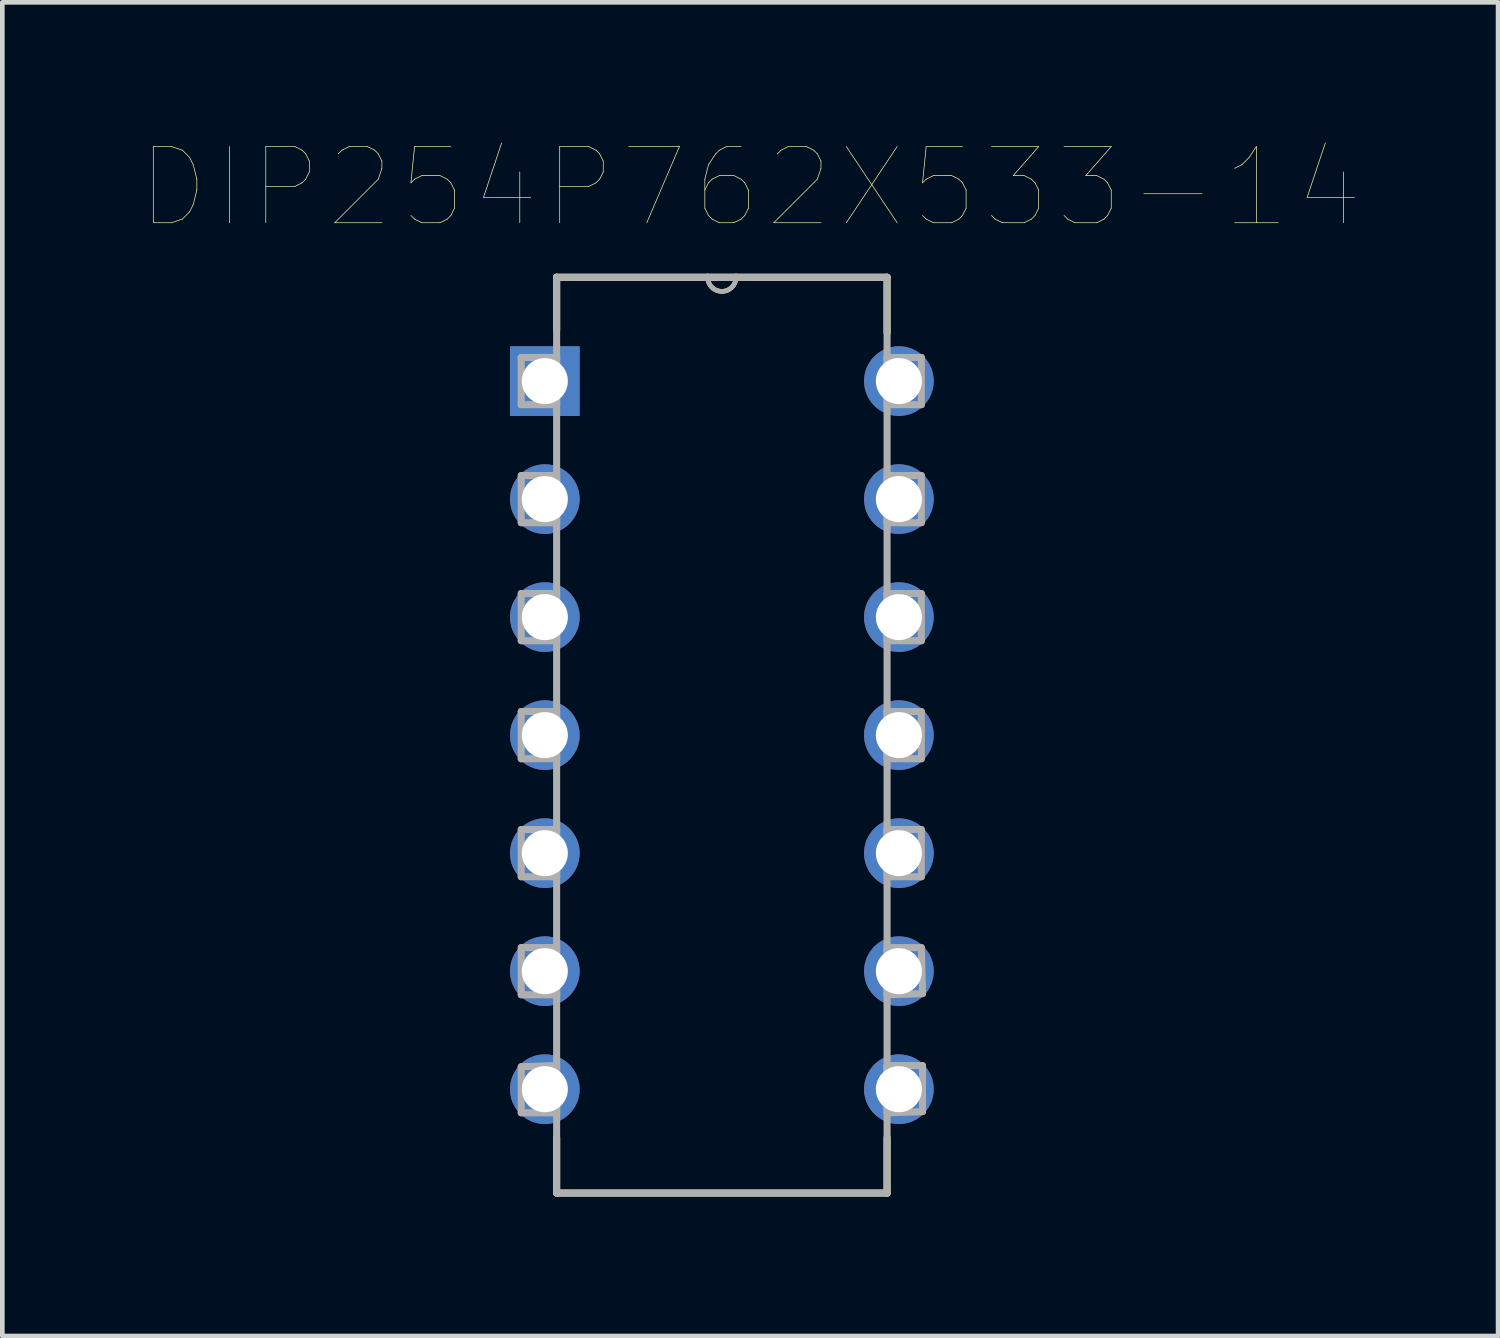
<source format=kicad_pcb>
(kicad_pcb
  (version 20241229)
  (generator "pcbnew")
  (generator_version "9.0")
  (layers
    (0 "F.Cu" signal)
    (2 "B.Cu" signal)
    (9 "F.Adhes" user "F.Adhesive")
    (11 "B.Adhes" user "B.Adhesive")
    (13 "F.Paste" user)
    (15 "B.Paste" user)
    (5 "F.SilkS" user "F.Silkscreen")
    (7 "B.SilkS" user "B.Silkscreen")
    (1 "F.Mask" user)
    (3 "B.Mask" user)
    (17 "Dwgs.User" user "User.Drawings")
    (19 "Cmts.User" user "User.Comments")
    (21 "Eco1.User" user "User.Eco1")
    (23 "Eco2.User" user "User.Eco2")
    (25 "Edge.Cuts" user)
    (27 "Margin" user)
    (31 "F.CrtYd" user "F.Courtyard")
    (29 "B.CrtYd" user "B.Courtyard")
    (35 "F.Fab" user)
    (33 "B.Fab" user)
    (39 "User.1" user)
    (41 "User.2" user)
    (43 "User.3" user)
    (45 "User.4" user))
  (footprint "DIP254P762X533-14"
    (layer "F.Cu")
    (at 16.296 20.392)
    (property "Reference" "DIP254P762X533-14" (at -3.2 -19.406 0) (layer "F.SilkS") (effects (font (size 1.64 1.64) (thickness 0.015))))
    (attr through_hole)
    (fp_line (start -7.366 -17.475) (end -7.366 -16.332) (stroke (width 0.152) (type solid)) (layer "F.SilkS"))
    (fp_line (start -7.366 1.041) (end -7.366 2.235) (stroke (width 0.152) (type solid)) (layer "F.SilkS"))
    (fp_line (start -7.366 2.235) (end -0.254 2.235) (stroke (width 0.152) (type solid)) (layer "F.SilkS"))
    (fp_line (start -4.115 -17.475) (end -7.366 -17.475) (stroke (width 0.152) (type solid)) (layer "F.SilkS"))
    (fp_line (start -3.505 -17.475) (end -4.115 -17.475) (stroke (width 0.152) (type solid)) (layer "F.SilkS"))
    (fp_line (start -0.254 -17.475) (end -3.505 -17.475) (stroke (width 0.152) (type solid)) (layer "F.SilkS"))
    (fp_line (start -0.254 -16.281) (end -0.254 -17.475) (stroke (width 0.152) (type solid)) (layer "F.SilkS"))
    (fp_line (start -0.254 2.235) (end -0.254 1.041) (stroke (width 0.152) (type solid)) (layer "F.SilkS"))
    (fp_arc (start -3.5052 -17.4752) (mid -3.81 -17.1704) (end -4.1148 -17.4752) (stroke (width 0.1) (type solid)) (layer "F.SilkS"))
    (fp_line (start -8.128 -15.748) (end -8.128 -14.732) (stroke (width 0.152) (type solid)) (layer "F.Fab"))
    (fp_line (start -8.128 -14.732) (end -7.366 -14.732) (stroke (width 0.152) (type solid)) (layer "F.Fab"))
    (fp_line (start -8.128 -13.208) (end -8.128 -12.192) (stroke (width 0.152) (type solid)) (layer "F.Fab"))
    (fp_line (start -8.128 -12.192) (end -7.366 -12.192) (stroke (width 0.152) (type solid)) (layer "F.Fab"))
    (fp_line (start -8.128 -10.668) (end -8.128 -9.652) (stroke (width 0.152) (type solid)) (layer "F.Fab"))
    (fp_line (start -8.128 -9.652) (end -7.366 -9.652) (stroke (width 0.152) (type solid)) (layer "F.Fab"))
    (fp_line (start -8.128 -8.128) (end -8.128 -7.112) (stroke (width 0.152) (type solid)) (layer "F.Fab"))
    (fp_line (start -8.128 -7.112) (end -7.366 -7.112) (stroke (width 0.152) (type solid)) (layer "F.Fab"))
    (fp_line (start -8.128 -5.588) (end -8.128 -4.572) (stroke (width 0.152) (type solid)) (layer "F.Fab"))
    (fp_line (start -8.128 -4.572) (end -7.366 -4.572) (stroke (width 0.152) (type solid)) (layer "F.Fab"))
    (fp_line (start -8.128 -3.048) (end -8.128 -2.032) (stroke (width 0.152) (type solid)) (layer "F.Fab"))
    (fp_line (start -8.128 -2.032) (end -7.366 -2.032) (stroke (width 0.152) (type solid)) (layer "F.Fab"))
    (fp_line (start -8.128 -0.483) (end -8.128 0.508) (stroke (width 0.152) (type solid)) (layer "F.Fab"))
    (fp_line (start -8.128 0.508) (end -7.366 0.508) (stroke (width 0.152) (type solid)) (layer "F.Fab"))
    (fp_line (start -7.366 -17.475) (end -7.366 2.235) (stroke (width 0.152) (type solid)) (layer "F.Fab"))
    (fp_line (start -7.366 -15.748) (end -8.128 -15.748) (stroke (width 0.152) (type solid)) (layer "F.Fab"))
    (fp_line (start -7.366 -14.732) (end -7.366 -15.748) (stroke (width 0.152) (type solid)) (layer "F.Fab"))
    (fp_line (start -7.366 -13.208) (end -8.128 -13.208) (stroke (width 0.152) (type solid)) (layer "F.Fab"))
    (fp_line (start -7.366 -12.192) (end -7.366 -13.208) (stroke (width 0.152) (type solid)) (layer "F.Fab"))
    (fp_line (start -7.366 -10.668) (end -8.128 -10.668) (stroke (width 0.152) (type solid)) (layer "F.Fab"))
    (fp_line (start -7.366 -9.652) (end -7.366 -10.668) (stroke (width 0.152) (type solid)) (layer "F.Fab"))
    (fp_line (start -7.366 -8.128) (end -8.128 -8.128) (stroke (width 0.152) (type solid)) (layer "F.Fab"))
    (fp_line (start -7.366 -7.112) (end -7.366 -8.128) (stroke (width 0.152) (type solid)) (layer "F.Fab"))
    (fp_line (start -7.366 -5.588) (end -8.128 -5.588) (stroke (width 0.152) (type solid)) (layer "F.Fab"))
    (fp_line (start -7.366 -4.572) (end -7.366 -5.588) (stroke (width 0.152) (type solid)) (layer "F.Fab"))
    (fp_line (start -7.366 -3.048) (end -8.128 -3.048) (stroke (width 0.152) (type solid)) (layer "F.Fab"))
    (fp_line (start -7.366 -2.032) (end -7.366 -3.048) (stroke (width 0.152) (type solid)) (layer "F.Fab"))
    (fp_line (start -7.366 -0.508) (end -8.128 -0.483) (stroke (width 0.152) (type solid)) (layer "F.Fab"))
    (fp_line (start -7.366 0.508) (end -7.366 -0.508) (stroke (width 0.152) (type solid)) (layer "F.Fab"))
    (fp_line (start -7.366 2.235) (end -0.254 2.235) (stroke (width 0.152) (type solid)) (layer "F.Fab"))
    (fp_line (start -4.115 -17.475) (end -7.366 -17.475) (stroke (width 0.152) (type solid)) (layer "F.Fab"))
    (fp_line (start -3.505 -17.475) (end -4.115 -17.475) (stroke (width 0.152) (type solid)) (layer "F.Fab"))
    (fp_line (start -0.254 -17.475) (end -3.505 -17.475) (stroke (width 0.152) (type solid)) (layer "F.Fab"))
    (fp_line (start -0.254 -15.748) (end -0.254 -14.732) (stroke (width 0.152) (type solid)) (layer "F.Fab"))
    (fp_line (start -0.254 -14.732) (end 0.483 -14.732) (stroke (width 0.152) (type solid)) (layer "F.Fab"))
    (fp_line (start -0.254 -13.208) (end -0.254 -12.192) (stroke (width 0.152) (type solid)) (layer "F.Fab"))
    (fp_line (start -0.254 -12.192) (end 0.483 -12.192) (stroke (width 0.152) (type solid)) (layer "F.Fab"))
    (fp_line (start -0.254 -10.668) (end -0.254 -9.652) (stroke (width 0.152) (type solid)) (layer "F.Fab"))
    (fp_line (start -0.254 -9.652) (end 0.483 -9.652) (stroke (width 0.152) (type solid)) (layer "F.Fab"))
    (fp_line (start -0.254 -8.128) (end -0.254 -7.112) (stroke (width 0.152) (type solid)) (layer "F.Fab"))
    (fp_line (start -0.254 -7.112) (end 0.483 -7.112) (stroke (width 0.152) (type solid)) (layer "F.Fab"))
    (fp_line (start -0.254 -5.588) (end -0.254 -4.572) (stroke (width 0.152) (type solid)) (layer "F.Fab"))
    (fp_line (start -0.254 -4.572) (end 0.483 -4.572) (stroke (width 0.152) (type solid)) (layer "F.Fab"))
    (fp_line (start -0.254 -3.048) (end -0.254 -2.032) (stroke (width 0.152) (type solid)) (layer "F.Fab"))
    (fp_line (start -0.254 -2.032) (end 0.508 -2.057) (stroke (width 0.152) (type solid)) (layer "F.Fab"))
    (fp_line (start -0.254 -0.508) (end -0.254 0.508) (stroke (width 0.152) (type solid)) (layer "F.Fab"))
    (fp_line (start -0.254 0.508) (end 0.508 0.483) (stroke (width 0.152) (type solid)) (layer "F.Fab"))
    (fp_line (start -0.254 2.235) (end -0.254 -17.475) (stroke (width 0.152) (type solid)) (layer "F.Fab"))
    (fp_line (start 0.483 -15.748) (end -0.254 -15.748) (stroke (width 0.152) (type solid)) (layer "F.Fab"))
    (fp_line (start 0.483 -14.732) (end 0.483 -15.748) (stroke (width 0.152) (type solid)) (layer "F.Fab"))
    (fp_line (start 0.483 -13.208) (end -0.254 -13.208) (stroke (width 0.152) (type solid)) (layer "F.Fab"))
    (fp_line (start 0.483 -12.192) (end 0.483 -13.208) (stroke (width 0.152) (type solid)) (layer "F.Fab"))
    (fp_line (start 0.483 -10.668) (end -0.254 -10.668) (stroke (width 0.152) (type solid)) (layer "F.Fab"))
    (fp_line (start 0.483 -9.652) (end 0.483 -10.668) (stroke (width 0.152) (type solid)) (layer "F.Fab"))
    (fp_line (start 0.483 -8.128) (end -0.254 -8.128) (stroke (width 0.152) (type solid)) (layer "F.Fab"))
    (fp_line (start 0.483 -7.112) (end 0.483 -8.128) (stroke (width 0.152) (type solid)) (layer "F.Fab"))
    (fp_line (start 0.483 -5.588) (end -0.254 -5.588) (stroke (width 0.152) (type solid)) (layer "F.Fab"))
    (fp_line (start 0.483 -4.572) (end 0.483 -5.588) (stroke (width 0.152) (type solid)) (layer "F.Fab"))
    (fp_line (start 0.483 -3.048) (end -0.254 -3.048) (stroke (width 0.152) (type solid)) (layer "F.Fab"))
    (fp_line (start 0.508 -2.057) (end 0.483 -3.048) (stroke (width 0.152) (type solid)) (layer "F.Fab"))
    (fp_line (start 0.508 -0.508) (end -0.254 -0.508) (stroke (width 0.152) (type solid)) (layer "F.Fab"))
    (fp_line (start 0.508 0.483) (end 0.508 -0.508) (stroke (width 0.152) (type solid)) (layer "F.Fab"))
    (fp_arc (start -3.5052 -17.4752) (mid -3.81 -17.1704) (end -4.1148 -17.4752) (stroke (width 0.1) (type solid)) (layer "F.Fab"))
    (pad "1" thru_hole rect (at -7.62 -15.24) (size 1.499 1.499) (drill 0.991) (layers "*.Cu" "*.Mask"))
    (pad "2" thru_hole circle (at -7.62 -12.7) (size 1.499 1.499) (drill 0.991) (layers "*.Cu" "*.Mask"))
    (pad "3" thru_hole circle (at -7.62 -10.16) (size 1.499 1.499) (drill 0.991) (layers "*.Cu" "*.Mask"))
    (pad "4" thru_hole circle (at -7.62 -7.62) (size 1.499 1.499) (drill 0.991) (layers "*.Cu" "*.Mask"))
    (pad "5" thru_hole circle (at -7.62 -5.08) (size 1.499 1.499) (drill 0.991) (layers "*.Cu" "*.Mask"))
    (pad "6" thru_hole circle (at -7.62 -2.54) (size 1.499 1.499) (drill 0.991) (layers "*.Cu" "*.Mask"))
    (pad "7" thru_hole circle (at -7.62 0) (size 1.499 1.499) (drill 0.991) (layers "*.Cu" "*.Mask"))
    (pad "8" thru_hole circle (at 0 0) (size 1.499 1.499) (drill 0.991) (layers "*.Cu" "*.Mask"))
    (pad "9" thru_hole circle (at 0 -2.54) (size 1.499 1.499) (drill 0.991) (layers "*.Cu" "*.Mask"))
    (pad "10" thru_hole circle (at 0 -5.08) (size 1.499 1.499) (drill 0.991) (layers "*.Cu" "*.Mask"))
    (pad "11" thru_hole circle (at 0 -7.62) (size 1.499 1.499) (drill 0.991) (layers "*.Cu" "*.Mask"))
    (pad "12" thru_hole circle (at 0 -10.16) (size 1.499 1.499) (drill 0.991) (layers "*.Cu" "*.Mask"))
    (pad "13" thru_hole circle (at 0 -12.7) (size 1.499 1.499) (drill 0.991) (layers "*.Cu" "*.Mask"))
    (pad "14" thru_hole circle (at 0 -15.24) (size 1.499 1.499) (drill 0.991) (layers "*.Cu" "*.Mask")))
  (gr_rect
    (start -3 -3)
    (end 29.192 25.703)
    (stroke (width 0.1) (type default))
    (fill no)
    (layer "Edge.Cuts")))
</source>
